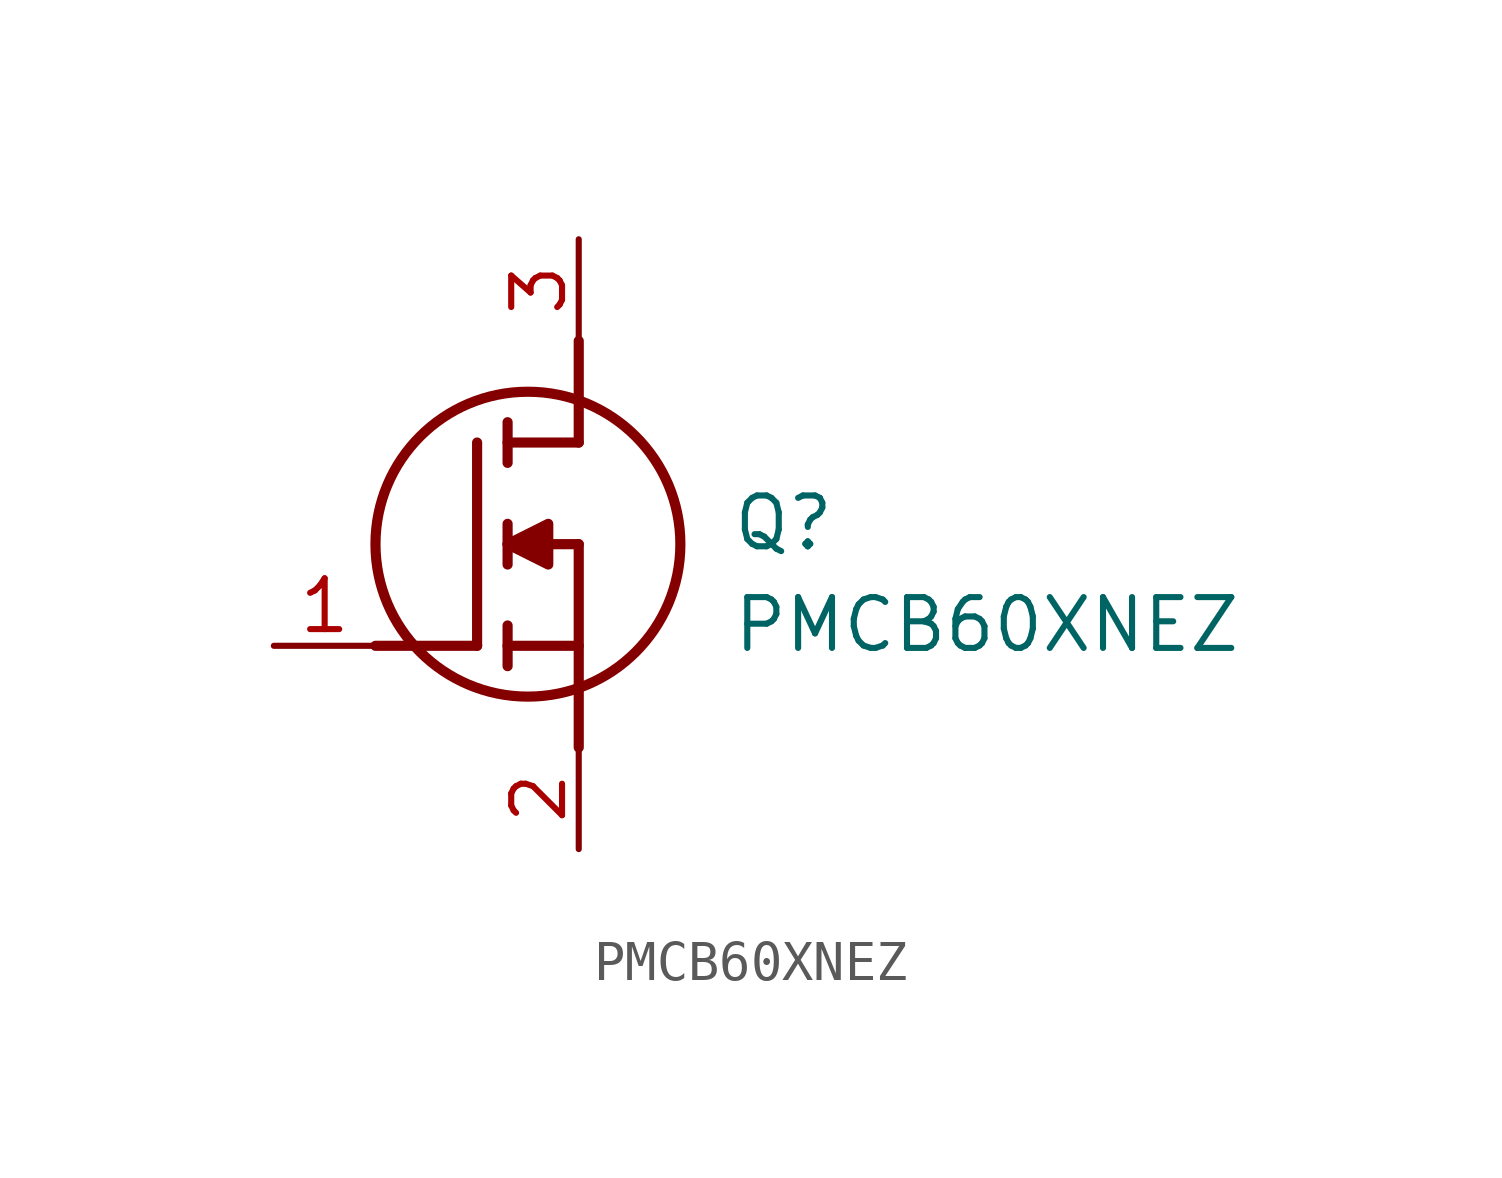
<source format=kicad_sym>
(kicad_symbol_lib
  (version 20211014)
  (generator SamacSys_ECAD_Model)
  (symbol "PMCB60XNEZ"
    (pin_names hide)
    (property "Reference" "Q"
      (at 11.43 3.81 0)
      (effects (font (size 1.27 1.27)) (justify left top)))
    (property "Value" "PMCB60XNEZ"
      (at 11.43 1.27 0)
      (effects (font (size 1.27 1.27)) (justify left top)))
    (polyline
      (pts (xy 7.62 2.54) (xy 7.62 -2.54))
      (stroke (width 0.254) (type default))
      (fill (type none)))
    (polyline
      (pts (xy 7.62 5.08) (xy 7.62 7.62))
      (stroke (width 0.254) (type default))
      (fill (type none)))
    (polyline
      (pts (xy 2.54 0) (xy 5.08 0))
      (stroke (width 0.254) (type default))
      (fill (type none)))
    (polyline
      (pts (xy 5.08 5.08) (xy 5.08 0))
      (stroke (width 0.254) (type default))
      (fill (type none)))
    (polyline
      (pts (xy 7.62 2.54) (xy 5.842 2.54))
      (stroke (width 0.254) (type default))
      (fill (type none)))
    (polyline
      (pts (xy 7.62 5.08) (xy 5.842 5.08))
      (stroke (width 0.254) (type default))
      (fill (type none)))
    (polyline
      (pts (xy 5.842 0) (xy 7.62 0))
      (stroke (width 0.254) (type default))
      (fill (type none)))
    (polyline
      (pts (xy 5.842 5.588) (xy 5.842 4.572))
      (stroke (width 0.254) (type default))
      (fill (type none)))
    (polyline
      (pts (xy 5.842 -0.508) (xy 5.842 0.508))
      (stroke (width 0.254) (type default))
      (fill (type none)))
    (polyline
      (pts (xy 5.842 2.032) (xy 5.842 3.048))
      (stroke (width 0.254) (type default))
      (fill (type none)))
    (circle
      (center 6.35 2.54)
      (radius 3.81)
      (stroke (width 0.254) (type default))
      (fill (type none)))
    (polyline
      (pts (xy 5.842 2.54) (xy 6.858 3.048) (xy 6.858 2.032) (xy 5.842 2.54))
      (stroke (width 0.254) (type default))
      (fill (type outline)))
    (pin passive line
      (at 0 0 0)
      (length 2.54)
      (name "G" (effects (font (size 1.27 1.27))))
      (number "1" (effects (font (size 1.27 1.27)))))
    (pin passive line
      (at 7.62 10.16 270)
      (length 2.54)
      (name "D" (effects (font (size 1.27 1.27))))
      (number "3" (effects (font (size 1.27 1.27)))))
    (pin passive line
      (at 7.62 -5.08 90)
      (length 2.54)
      (name "S" (effects (font (size 1.27 1.27))))
      (number "2" (effects (font (size 1.27 1.27)))))))
</source>
